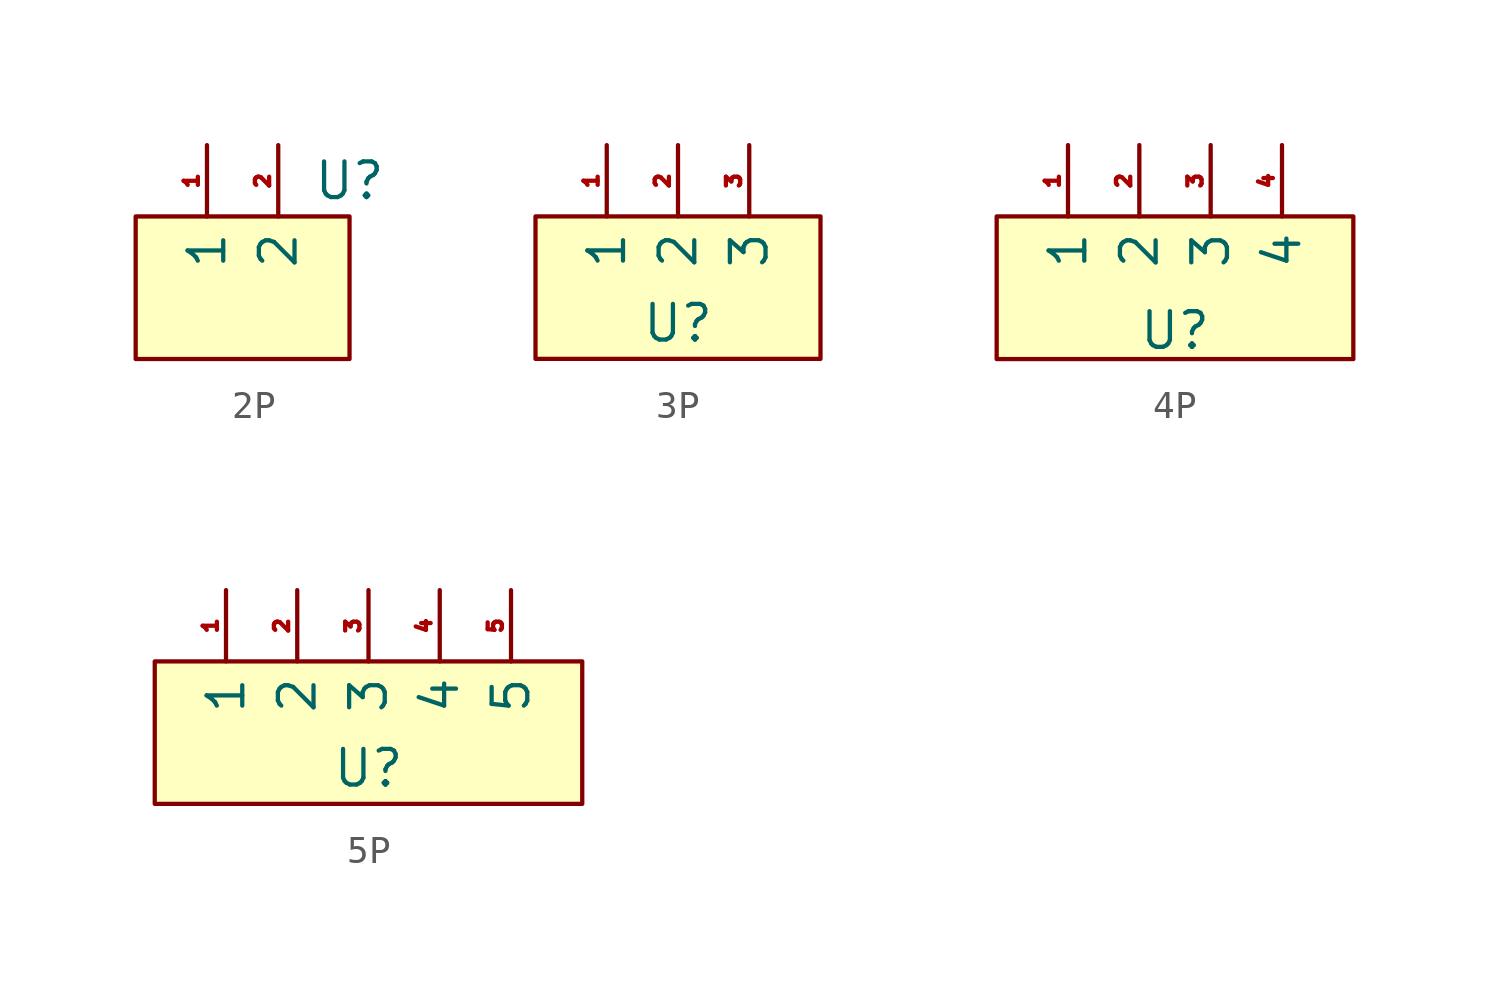
<source format=kicad_sym>
(kicad_symbol_lib
  (version 20241209)
  (generator "kicad_symbol_editor")
  (generator_version "9.0")
  (symbol "2P"
    (property "Reference" "U"
      (at 3.81 3.81 0)
      (effects (font (size 1.27 1.27))))
    (property "Value" ""
      (at 0 0 0)
      (effects (font (size 1.27 1.27))))
    (symbol "2P_1_1"
      (rectangle (start -3.81 2.54) (end 3.81 -2.54) (stroke (width 0) (type solid)) (fill (type color) (color 255 255 194 1)))
      (pin bidirectional line (at -1.27 5.08 270) (length 2.54) (name "1" (effects (font (size 1.27 1.27)))) (number "1" (effects (font (size 0.508 0.508)))))
      (pin bidirectional line (at 1.27 5.08 270) (length 2.54) (name "2" (effects (font (size 1.27 1.27)))) (number "2" (effects (font (size 0.508 0.508)))))))
  (symbol "3P"
    (property "Reference" "U"
      (at 3.81 -2.54 0)
      (effects (font (size 1.27 1.27))))
    (property "Value" ""
      (at 0 0 0)
      (effects (font (size 1.27 1.27))))
    (symbol "3P_1_1"
      (rectangle (start -1.27 1.27) (end 8.89 -3.81) (stroke (width 0) (type solid)) (fill (type color) (color 255 255 194 1)))
      (pin bidirectional line (at 1.27 3.81 270) (length 2.54) (name "1" (effects (font (size 1.27 1.27)))) (number "1" (effects (font (size 0.508 0.508)))))
      (pin bidirectional line (at 3.81 3.81 270) (length 2.54) (name "2" (effects (font (size 1.27 1.27)))) (number "2" (effects (font (size 0.508 0.508)))))
      (pin bidirectional line (at 6.35 3.81 270) (length 2.54) (name "3" (effects (font (size 1.27 1.27)))) (number "3" (effects (font (size 0.508 0.508)))))))
  (symbol "4P"
    (property "Reference" "U"
      (at 0 -1.524 0)
      (effects (font (size 1.27 1.27))))
    (property "Value" ""
      (at 0 0 0)
      (effects (font (size 1.27 1.27))))
    (symbol "4P_1_1"
      (rectangle (start -6.35 2.54) (end 6.35 -2.54) (stroke (width 0) (type solid)) (fill (type color) (color 255 255 194 1)))
      (pin bidirectional line (at -3.81 5.08 270) (length 2.54) (name "1" (effects (font (size 1.27 1.27)))) (number "1" (effects (font (size 0.508 0.508)))))
      (pin bidirectional line (at -1.27 5.08 270) (length 2.54) (name "2" (effects (font (size 1.27 1.27)))) (number "2" (effects (font (size 0.508 0.508)))))
      (pin bidirectional line (at 1.27 5.08 270) (length 2.54) (name "3" (effects (font (size 1.27 1.27)))) (number "3" (effects (font (size 0.508 0.508)))))
      (pin bidirectional line (at 3.81 5.08 270) (length 2.54) (name "4" (effects (font (size 1.27 1.27)))) (number "4" (effects (font (size 0.508 0.508)))))))
  (symbol "5P"
    (property "Reference" "U"
      (at 0 -1.27 0)
      (effects (font (size 1.27 1.27))))
    (property "Value" ""
      (at 0 0 0)
      (effects (font (size 1.27 1.27))))
    (symbol "5P_1_1"
      (rectangle (start -7.62 2.54) (end 7.62 -2.54) (stroke (width 0) (type solid)) (fill (type color) (color 255 255 194 1)))
      (pin bidirectional line (at -5.08 5.08 270) (length 2.54) (name "1" (effects (font (size 1.27 1.27)))) (number "1" (effects (font (size 0.508 0.508)))))
      (pin bidirectional line (at -2.54 5.08 270) (length 2.54) (name "2" (effects (font (size 1.27 1.27)))) (number "2" (effects (font (size 0.508 0.508)))))
      (pin bidirectional line (at 0 5.08 270) (length 2.54) (name "3" (effects (font (size 1.27 1.27)))) (number "3" (effects (font (size 0.508 0.508)))))
      (pin bidirectional line (at 2.54 5.08 270) (length 2.54) (name "4" (effects (font (size 1.27 1.27)))) (number "4" (effects (font (size 0.508 0.508)))))
      (pin bidirectional line (at 5.08 5.08 270) (length 2.54) (name "5" (effects (font (size 1.27 1.27)))) (number "5" (effects (font (size 0.508 0.508))))))))
</source>
